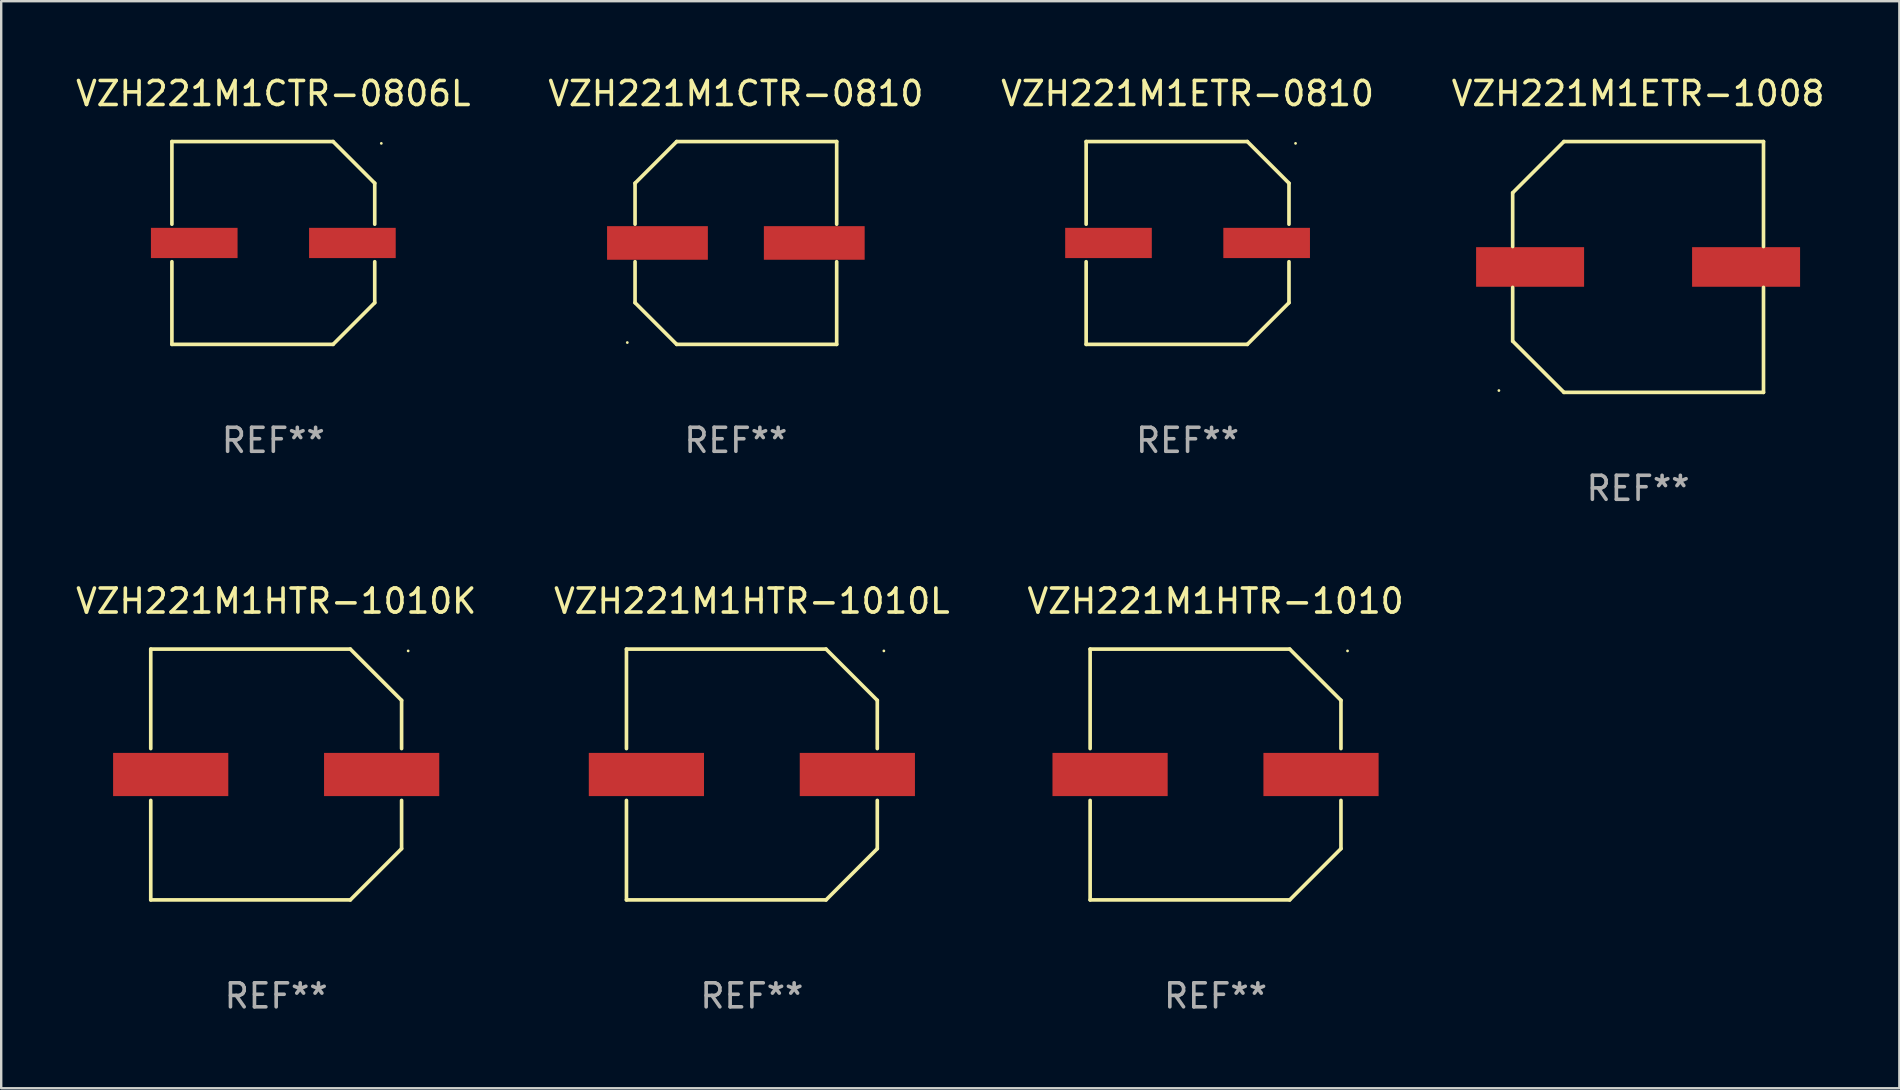
<source format=kicad_pcb>
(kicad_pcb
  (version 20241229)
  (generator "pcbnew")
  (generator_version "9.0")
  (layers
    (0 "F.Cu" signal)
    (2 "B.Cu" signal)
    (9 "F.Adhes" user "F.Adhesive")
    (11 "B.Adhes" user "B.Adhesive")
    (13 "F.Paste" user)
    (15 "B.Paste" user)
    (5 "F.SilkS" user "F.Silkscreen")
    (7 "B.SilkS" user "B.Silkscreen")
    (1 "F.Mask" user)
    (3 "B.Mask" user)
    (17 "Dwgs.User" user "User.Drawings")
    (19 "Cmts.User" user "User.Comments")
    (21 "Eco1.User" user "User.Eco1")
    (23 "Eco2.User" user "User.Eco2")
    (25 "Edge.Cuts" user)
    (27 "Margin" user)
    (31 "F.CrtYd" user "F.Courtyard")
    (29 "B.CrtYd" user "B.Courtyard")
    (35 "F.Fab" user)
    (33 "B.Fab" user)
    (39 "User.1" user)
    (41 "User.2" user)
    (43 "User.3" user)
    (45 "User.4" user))
  (footprint "VZH221M1CTR-0810"
    (layer "F.Cu")
    (at 27.613 7.074)
    (property "Reference" "VZH221M1CTR-0810" (at 0 -6.226 0) (layer "F.SilkS") (effects (font (size 1 1) (thickness 0.15))))
    (attr through_hole)
    (fp_line (start -4.201 -2.49) (end -4.201 -0.782) (stroke (width 0.152) (type solid)) (layer "F.SilkS"))
    (fp_line (start -4.201 2.49) (end -4.201 0.782) (stroke (width 0.152) (type solid)) (layer "F.SilkS"))
    (fp_line (start -2.465 -4.226) (end -4.201 -2.49) (stroke (width 0.152) (type solid)) (layer "F.SilkS"))
    (fp_line (start -2.465 4.226) (end -4.201 2.49) (stroke (width 0.152) (type solid)) (layer "F.SilkS"))
    (fp_line (start 4.201 -4.226) (end -2.465 -4.226) (stroke (width 0.152) (type solid)) (layer "F.SilkS"))
    (fp_line (start 4.201 -0.782) (end 4.201 -4.226) (stroke (width 0.152) (type solid)) (layer "F.SilkS"))
    (fp_line (start 4.201 0.782) (end 4.201 4.226) (stroke (width 0.152) (type solid)) (layer "F.SilkS"))
    (fp_line (start 4.201 4.226) (end -2.465 4.226) (stroke (width 0.152) (type solid)) (layer "F.SilkS"))
    (fp_circle (center -4.524 4.15) (end -4.494 4.15) (stroke (width 0.06) (type solid)) (fill no) (layer "F.SilkS"))
    (fp_text user "REF**" (at 0 8.226 0) (layer "F.Fab") (effects (font (size 1 1) (thickness 0.15))))
    (pad "1" smd rect (at -3.267 0) (size 4.2 1.4) (layers "F.Cu" "F.Mask" "F.Paste"))
    (pad "2" smd rect (at 3.267 0) (size 4.2 1.4) (layers "F.Cu" "F.Mask" "F.Paste")))
  (footprint "VZH221M1HTR-1010L"
    (layer "F.Cu")
    (at 28.28 29.223)
    (property "Reference" "VZH221M1HTR-1010L" (at 0 -7.226 0) (layer "F.SilkS") (effects (font (size 1 1) (thickness 0.15))))
    (attr through_hole)
    (fp_line (start -5.226 -5.226) (end -5.226 -1.08) (stroke (width 0.152) (type solid)) (layer "F.SilkS"))
    (fp_line (start -5.226 -5.226) (end 3.09 -5.226) (stroke (width 0.152) (type solid)) (layer "F.SilkS"))
    (fp_line (start -5.226 1.08) (end -5.226 5.226) (stroke (width 0.152) (type solid)) (layer "F.SilkS"))
    (fp_line (start -5.226 5.226) (end 3.09 5.226) (stroke (width 0.152) (type solid)) (layer "F.SilkS"))
    (fp_line (start 3.09 -5.226) (end 5.226 -3.09) (stroke (width 0.152) (type solid)) (layer "F.SilkS"))
    (fp_line (start 3.09 5.226) (end 5.226 3.09) (stroke (width 0.152) (type solid)) (layer "F.SilkS"))
    (fp_line (start 5.226 -1.08) (end 5.226 -3.09) (stroke (width 0.152) (type solid)) (layer "F.SilkS"))
    (fp_line (start 5.226 3.09) (end 5.226 1.08) (stroke (width 0.152) (type solid)) (layer "F.SilkS"))
    (fp_circle (center 5.5 -5.15) (end 5.53 -5.15) (stroke (width 0.06) (type solid)) (fill no) (layer "F.SilkS"))
    (fp_text user "REF**" (at 0 9.226 0) (layer "F.Fab") (effects (font (size 1 1) (thickness 0.15))))
    (pad "1" smd rect (at 4.395 0 180) (size 4.8 1.8) (layers "F.Cu" "F.Mask" "F.Paste"))
    (pad "2" smd rect (at -4.395 0 180) (size 4.8 1.8) (layers "F.Cu" "F.Mask" "F.Paste")))
  (footprint "VZH221M1ETR-0810"
    (layer "F.Cu")
    (at 46.435 7.074)
    (property "Reference" "VZH221M1ETR-0810" (at 0 -6.226 0) (layer "F.SilkS") (effects (font (size 1 1) (thickness 0.15))))
    (attr through_hole)
    (fp_line (start -4.226 -4.226) (end 2.49 -4.226) (stroke (width 0.152) (type solid)) (layer "F.SilkS"))
    (fp_line (start -4.226 -0.782) (end -4.226 -4.226) (stroke (width 0.152) (type solid)) (layer "F.SilkS"))
    (fp_line (start -4.226 0.782) (end -4.226 4.226) (stroke (width 0.152) (type solid)) (layer "F.SilkS"))
    (fp_line (start -4.226 4.226) (end 2.49 4.226) (stroke (width 0.152) (type solid)) (layer "F.SilkS"))
    (fp_line (start 2.49 -4.226) (end 4.226 -2.49) (stroke (width 0.152) (type solid)) (layer "F.SilkS"))
    (fp_line (start 2.49 4.226) (end 4.226 2.49) (stroke (width 0.152) (type solid)) (layer "F.SilkS"))
    (fp_line (start 4.226 -2.49) (end 4.226 -0.782) (stroke (width 0.152) (type solid)) (layer "F.SilkS"))
    (fp_line (start 4.226 2.49) (end 4.226 0.782) (stroke (width 0.152) (type solid)) (layer "F.SilkS"))
    (fp_circle (center 4.5 -4.15) (end 4.53 -4.15) (stroke (width 0.06) (type solid)) (fill no) (layer "F.SilkS"))
    (fp_text user "REF**" (at 0 8.226 0) (layer "F.Fab") (effects (font (size 1 1) (thickness 0.15))))
    (pad "1" smd rect (at 3.295 0 180) (size 3.61 1.26) (layers "F.Cu" "F.Mask" "F.Paste"))
    (pad "2" smd rect (at -3.295 0 180) (size 3.61 1.26) (layers "F.Cu" "F.Mask" "F.Paste")))
  (footprint "VZH221M1HTR-1010"
    (layer "F.Cu")
    (at 47.601 29.223)
    (property "Reference" "VZH221M1HTR-1010" (at 0 -7.226 0) (layer "F.SilkS") (effects (font (size 1 1) (thickness 0.15))))
    (attr through_hole)
    (fp_line (start -5.226 -5.226) (end -5.226 -1.08) (stroke (width 0.152) (type solid)) (layer "F.SilkS"))
    (fp_line (start -5.226 -5.226) (end 3.09 -5.226) (stroke (width 0.152) (type solid)) (layer "F.SilkS"))
    (fp_line (start -5.226 1.08) (end -5.226 5.226) (stroke (width 0.152) (type solid)) (layer "F.SilkS"))
    (fp_line (start -5.226 5.226) (end 3.09 5.226) (stroke (width 0.152) (type solid)) (layer "F.SilkS"))
    (fp_line (start 3.09 -5.226) (end 5.226 -3.09) (stroke (width 0.152) (type solid)) (layer "F.SilkS"))
    (fp_line (start 3.09 5.226) (end 5.226 3.09) (stroke (width 0.152) (type solid)) (layer "F.SilkS"))
    (fp_line (start 5.226 -1.08) (end 5.226 -3.09) (stroke (width 0.152) (type solid)) (layer "F.SilkS"))
    (fp_line (start 5.226 3.09) (end 5.226 1.08) (stroke (width 0.152) (type solid)) (layer "F.SilkS"))
    (fp_circle (center 5.5 -5.15) (end 5.53 -5.15) (stroke (width 0.06) (type solid)) (fill no) (layer "F.SilkS"))
    (fp_text user "REF**" (at 0 9.226 0) (layer "F.Fab") (effects (font (size 1 1) (thickness 0.15))))
    (pad "1" smd rect (at 4.395 0 180) (size 4.8 1.8) (layers "F.Cu" "F.Mask" "F.Paste"))
    (pad "2" smd rect (at -4.395 0 180) (size 4.8 1.8) (layers "F.Cu" "F.Mask" "F.Paste")))
  (footprint "VZH221M1ETR-1008"
    (layer "F.Cu")
    (at 65.208 8.074)
    (property "Reference" "VZH221M1ETR-1008" (at 0 -7.226 0) (layer "F.SilkS") (effects (font (size 1 1) (thickness 0.15))))
    (attr through_hole)
    (fp_line (start -5.226 -3.09) (end -5.226 -0.852) (stroke (width 0.152) (type solid)) (layer "F.SilkS"))
    (fp_line (start -5.226 3.09) (end -5.226 0.852) (stroke (width 0.152) (type solid)) (layer "F.SilkS"))
    (fp_line (start -3.09 -5.226) (end -5.226 -3.09) (stroke (width 0.152) (type solid)) (layer "F.SilkS"))
    (fp_line (start -3.09 5.226) (end -5.226 3.09) (stroke (width 0.152) (type solid)) (layer "F.SilkS"))
    (fp_line (start 5.226 -5.226) (end -3.09 -5.226) (stroke (width 0.152) (type solid)) (layer "F.SilkS"))
    (fp_line (start 5.226 -0.852) (end 5.226 -5.226) (stroke (width 0.152) (type solid)) (layer "F.SilkS"))
    (fp_line (start 5.226 0.852) (end 5.226 5.226) (stroke (width 0.152) (type solid)) (layer "F.SilkS"))
    (fp_line (start 5.226 5.226) (end -3.09 5.226) (stroke (width 0.152) (type solid)) (layer "F.SilkS"))
    (fp_circle (center -5.8 5.15) (end -5.77 5.15) (stroke (width 0.06) (type solid)) (fill no) (layer "F.SilkS"))
    (fp_text user "REF**" (at 0 9.226 0) (layer "F.Fab") (effects (font (size 1 1) (thickness 0.15))))
    (pad "1" smd rect (at -4.5 0) (size 4.5 1.65) (layers "F.Cu" "F.Mask" "F.Paste"))
    (pad "2" smd rect (at 4.5 0) (size 4.5 1.65) (layers "F.Cu" "F.Mask" "F.Paste")))
  (footprint "VZH221M1CTR-0806L"
    (layer "F.Cu")
    (at 8.339 7.074)
    (property "Reference" "VZH221M1CTR-0806L" (at 0 -6.226 0) (layer "F.SilkS") (effects (font (size 1 1) (thickness 0.15))))
    (attr through_hole)
    (fp_line (start -4.226 -4.226) (end 2.49 -4.226) (stroke (width 0.152) (type solid)) (layer "F.SilkS"))
    (fp_line (start -4.226 -0.782) (end -4.226 -4.226) (stroke (width 0.152) (type solid)) (layer "F.SilkS"))
    (fp_line (start -4.226 0.782) (end -4.226 4.226) (stroke (width 0.152) (type solid)) (layer "F.SilkS"))
    (fp_line (start -4.226 4.226) (end 2.49 4.226) (stroke (width 0.152) (type solid)) (layer "F.SilkS"))
    (fp_line (start 2.49 -4.226) (end 4.226 -2.49) (stroke (width 0.152) (type solid)) (layer "F.SilkS"))
    (fp_line (start 2.49 4.226) (end 4.226 2.49) (stroke (width 0.152) (type solid)) (layer "F.SilkS"))
    (fp_line (start 4.226 -2.49) (end 4.226 -0.782) (stroke (width 0.152) (type solid)) (layer "F.SilkS"))
    (fp_line (start 4.226 2.49) (end 4.226 0.782) (stroke (width 0.152) (type solid)) (layer "F.SilkS"))
    (fp_circle (center 4.5 -4.15) (end 4.53 -4.15) (stroke (width 0.06) (type solid)) (fill no) (layer "F.SilkS"))
    (fp_text user "REF**" (at 0 8.226 0) (layer "F.Fab") (effects (font (size 1 1) (thickness 0.15))))
    (pad "1" smd rect (at 3.295 0 180) (size 3.61 1.26) (layers "F.Cu" "F.Mask" "F.Paste"))
    (pad "2" smd rect (at -3.295 0 180) (size 3.61 1.26) (layers "F.Cu" "F.Mask" "F.Paste")))
  (footprint "VZH221M1HTR-1010K"
    (layer "F.Cu")
    (at 8.458 29.223)
    (property "Reference" "VZH221M1HTR-1010K" (at 0 -7.226 0) (layer "F.SilkS") (effects (font (size 1 1) (thickness 0.15))))
    (attr through_hole)
    (fp_line (start -5.226 -5.226) (end -5.226 -1.08) (stroke (width 0.152) (type solid)) (layer "F.SilkS"))
    (fp_line (start -5.226 -5.226) (end 3.09 -5.226) (stroke (width 0.152) (type solid)) (layer "F.SilkS"))
    (fp_line (start -5.226 1.08) (end -5.226 5.226) (stroke (width 0.152) (type solid)) (layer "F.SilkS"))
    (fp_line (start -5.226 5.226) (end 3.09 5.226) (stroke (width 0.152) (type solid)) (layer "F.SilkS"))
    (fp_line (start 3.09 -5.226) (end 5.226 -3.09) (stroke (width 0.152) (type solid)) (layer "F.SilkS"))
    (fp_line (start 3.09 5.226) (end 5.226 3.09) (stroke (width 0.152) (type solid)) (layer "F.SilkS"))
    (fp_line (start 5.226 -1.08) (end 5.226 -3.09) (stroke (width 0.152) (type solid)) (layer "F.SilkS"))
    (fp_line (start 5.226 3.09) (end 5.226 1.08) (stroke (width 0.152) (type solid)) (layer "F.SilkS"))
    (fp_circle (center 5.5 -5.15) (end 5.53 -5.15) (stroke (width 0.06) (type solid)) (fill no) (layer "F.SilkS"))
    (fp_text user "REF**" (at 0 9.226 0) (layer "F.Fab") (effects (font (size 1 1) (thickness 0.15))))
    (pad "1" smd rect (at 4.395 0 180) (size 4.8 1.8) (layers "F.Cu" "F.Mask" "F.Paste"))
    (pad "2" smd rect (at -4.395 0 180) (size 4.8 1.8) (layers "F.Cu" "F.Mask" "F.Paste")))
  (gr_rect
    (start -3 -3)
    (end 76.095 42.298)
    (stroke (width 0.1) (type default))
    (fill no)
    (layer "Edge.Cuts")))
</source>
